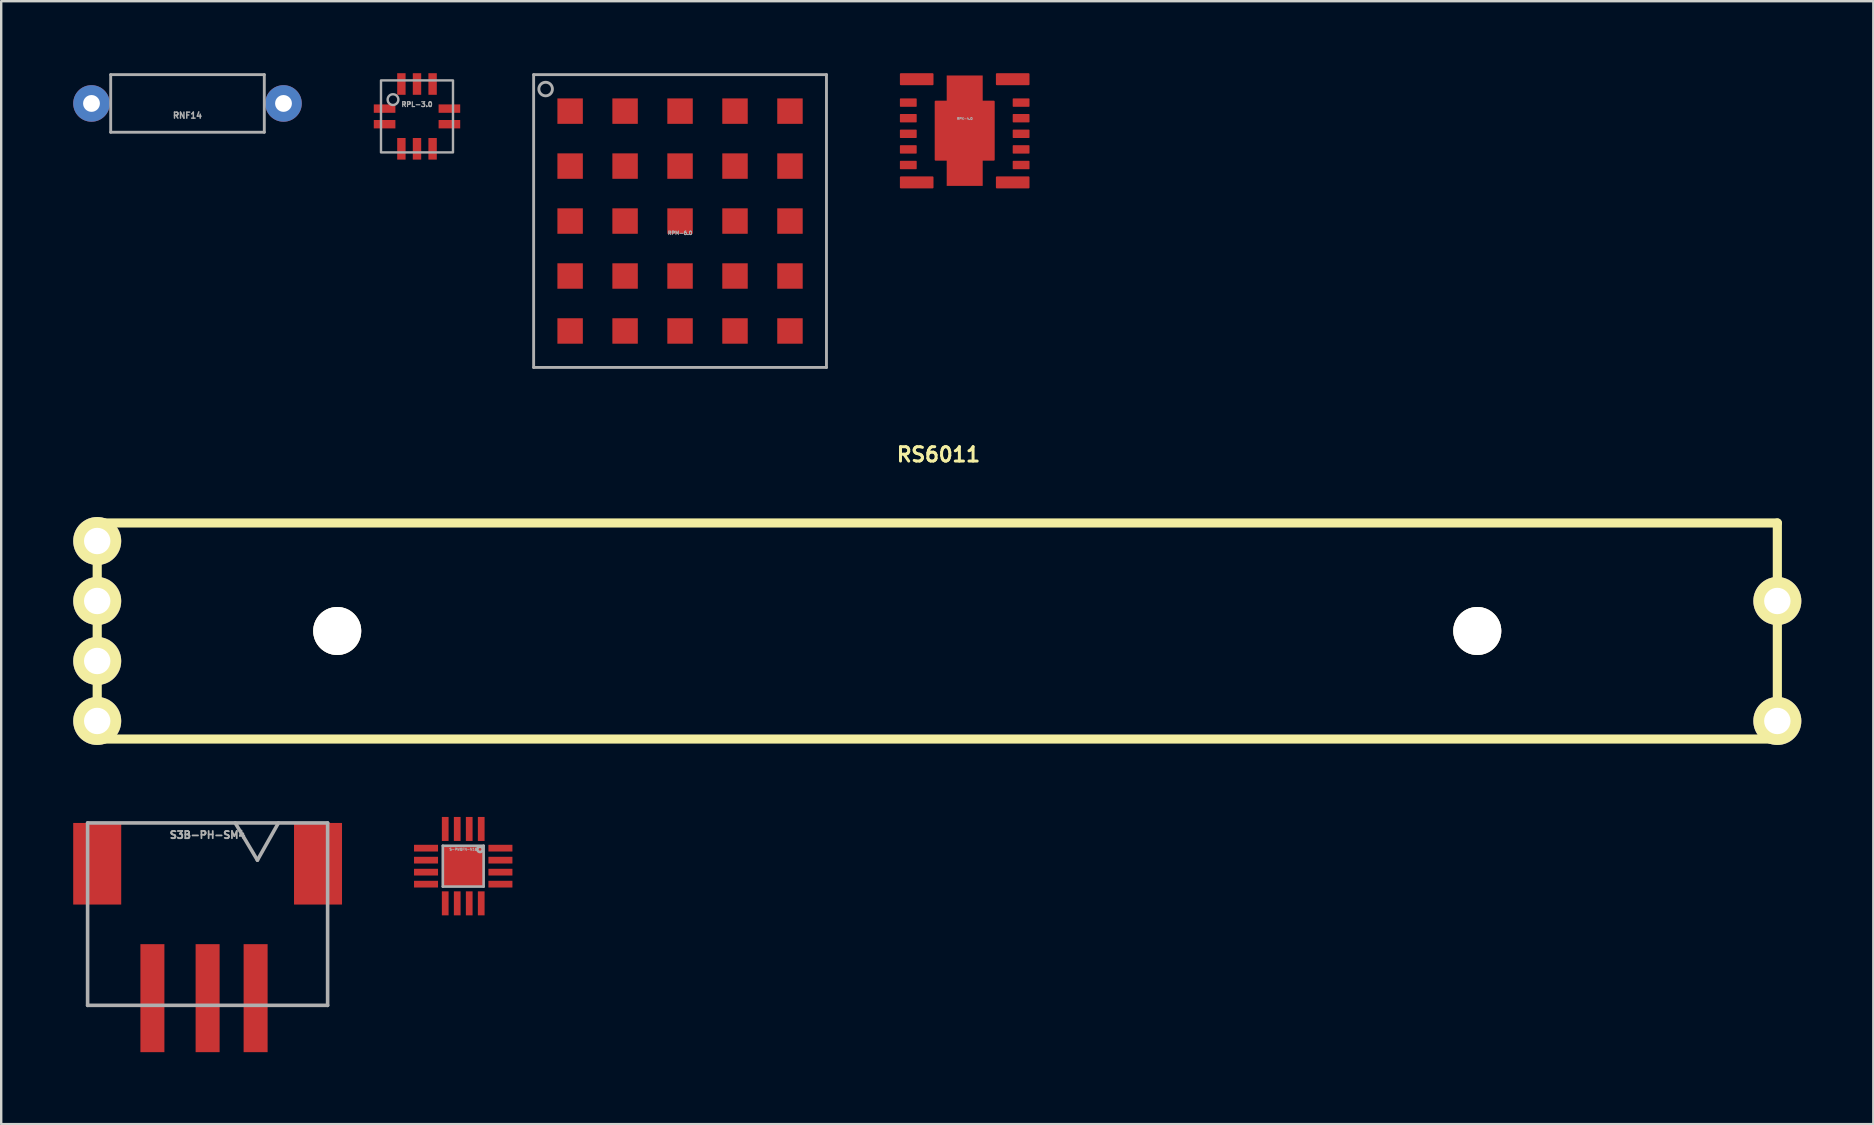
<source format=kicad_pcb>
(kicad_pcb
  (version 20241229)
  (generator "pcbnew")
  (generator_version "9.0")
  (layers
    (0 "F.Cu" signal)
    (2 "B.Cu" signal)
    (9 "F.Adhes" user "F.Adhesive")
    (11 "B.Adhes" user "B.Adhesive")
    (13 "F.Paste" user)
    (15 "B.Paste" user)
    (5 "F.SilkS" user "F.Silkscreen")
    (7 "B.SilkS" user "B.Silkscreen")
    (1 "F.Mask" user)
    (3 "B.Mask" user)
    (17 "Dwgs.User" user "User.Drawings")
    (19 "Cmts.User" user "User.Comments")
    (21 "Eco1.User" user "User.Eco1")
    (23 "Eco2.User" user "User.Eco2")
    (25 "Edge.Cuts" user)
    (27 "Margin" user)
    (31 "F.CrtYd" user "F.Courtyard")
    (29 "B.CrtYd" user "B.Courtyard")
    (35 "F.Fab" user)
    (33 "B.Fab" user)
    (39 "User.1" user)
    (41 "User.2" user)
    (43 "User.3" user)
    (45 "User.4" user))
  (footprint "RNF14"
    (layer "F.Cu")
    (at 4.762 1.26)
    (property "Reference" "RNF14" (at 0 0.5 0) (layer "F.Fab") (effects (font (size 0.25 0.25) (thickness 0.062))))
    (attr through_hole)
    (fp_line (start -3.2 -1.2) (end -3.2 1.2) (stroke (width 0.12) (type solid)) (layer "F.Fab"))
    (fp_line (start -3.2 1.2) (end 3.2 1.2) (stroke (width 0.12) (type solid)) (layer "F.Fab"))
    (fp_line (start 3.2 -1.2) (end -3.2 -1.2) (stroke (width 0.12) (type solid)) (layer "F.Fab"))
    (fp_line (start 3.2 1.2) (end 3.2 -1.2) (stroke (width 0.12) (type solid)) (layer "F.Fab"))
    (pad "1" thru_hole circle (at -4 0) (size 1.524 1.524) (drill 0.7) (layers "*.Cu" "*.Mask"))
    (pad "2" thru_hole circle (at 4 0) (size 1.524 1.524) (drill 0.7) (layers "*.Cu" "*.Mask")))
  (footprint "S3B-PH-SM4"
    (layer "F.Cu")
    (at 5.6 31.238)
    (property "Reference" "S3B-PH-SM4" (at 0 0.5 0) (layer "F.Fab") (effects (font (size 0.3 0.3) (thickness 0.075))))
    (attr through_hole)
    (fp_line (start -5 0) (end -5 7.6) (stroke (width 0.15) (type solid)) (layer "F.Fab"))
    (fp_line (start -5 7.6) (end 5 7.6) (stroke (width 0.15) (type solid)) (layer "F.Fab"))
    (fp_line (start 1.15 0) (end 2.075 1.55) (stroke (width 0.15) (type solid)) (layer "F.Fab"))
    (fp_line (start 2.075 1.55) (end 2.95 0) (stroke (width 0.15) (type solid)) (layer "F.Fab"))
    (fp_line (start 5 0) (end -5 0) (stroke (width 0.15) (type solid)) (layer "F.Fab"))
    (fp_line (start 5 7.6) (end 5 0) (stroke (width 0.15) (type solid)) (layer "F.Fab"))
    (pad "" smd rect (at -4.6 1.7) (size 2 3.4) (layers "F.Cu" "F.Mask" "F.Paste"))
    (pad "" smd rect (at 4.6 1.7) (size 2 3.4) (layers "F.Cu" "F.Mask" "F.Paste"))
    (pad "1" smd rect (at 2 7.3) (size 1 4.5) (layers "F.Cu" "F.Mask" "F.Paste"))
    (pad "2" smd rect (at 0 7.3) (size 1 4.5) (layers "F.Cu" "F.Mask" "F.Paste"))
    (pad "3" smd rect (at -2.3 7.3) (size 1 4.5) (layers "F.Cu" "F.Mask" "F.Paste")))
  (footprint "RPM-6.0"
    (layer "F.Cu")
    (at 25.284 6.16)
    (property "Reference" "RPM-6.0" (at 0 0.5 0) (layer "F.Fab") (effects (font (size 0.15 0.15) (thickness 0.037))))
    (attr through_hole)
    (fp_line (start -6.1 -6.1) (end 6.1 -6.1) (stroke (width 0.12) (type solid)) (layer "F.Fab"))
    (fp_line (start -6.1 6.1) (end -6.1 -6.1) (stroke (width 0.12) (type solid)) (layer "F.Fab"))
    (fp_line (start 6.1 -6.1) (end 6.1 6.1) (stroke (width 0.12) (type solid)) (layer "F.Fab"))
    (fp_line (start 6.1 6.1) (end -6.1 6.1) (stroke (width 0.12) (type solid)) (layer "F.Fab"))
    (fp_circle (center -5.6 -5.5) (end -5.4 -5.3) (stroke (width 0.12) (type solid)) (fill no) (layer "F.Fab"))
    (pad "A1" smd rect (at -4.58 -4.58) (size 1.06 1.06) (layers "F.Cu" "F.Mask" "F.Paste"))
    (pad "A2" smd rect (at -2.29 -4.58) (size 1.06 1.06) (layers "F.Cu" "F.Mask" "F.Paste"))
    (pad "A3" smd rect (at 0 -4.58) (size 1.06 1.06) (layers "F.Cu" "F.Mask" "F.Paste"))
    (pad "A4" smd rect (at 2.29 -4.58) (size 1.06 1.06) (layers "F.Cu" "F.Mask" "F.Paste"))
    (pad "A5" smd rect (at 4.58 -4.58) (size 1.06 1.06) (layers "F.Cu" "F.Mask" "F.Paste"))
    (pad "B1" smd rect (at -4.58 -2.29) (size 1.06 1.06) (layers "F.Cu" "F.Mask" "F.Paste"))
    (pad "B2" smd rect (at -2.29 -2.29) (size 1.06 1.06) (layers "F.Cu" "F.Mask" "F.Paste"))
    (pad "B3" smd rect (at 0 -2.29) (size 1.06 1.06) (layers "F.Cu" "F.Mask" "F.Paste"))
    (pad "B4" smd rect (at 2.29 -2.29) (size 1.06 1.06) (layers "F.Cu" "F.Mask" "F.Paste"))
    (pad "B5" smd rect (at 4.58 -2.29) (size 1.06 1.06) (layers "F.Cu" "F.Mask" "F.Paste"))
    (pad "C1" smd rect (at -4.58 0) (size 1.06 1.06) (layers "F.Cu" "F.Mask" "F.Paste"))
    (pad "C2" smd rect (at -2.29 0) (size 1.06 1.06) (layers "F.Cu" "F.Mask" "F.Paste"))
    (pad "C3" smd rect (at 0 0) (size 1.06 1.06) (layers "F.Cu" "F.Mask" "F.Paste"))
    (pad "C4" smd rect (at 2.29 0) (size 1.06 1.06) (layers "F.Cu" "F.Mask" "F.Paste"))
    (pad "C5" smd rect (at 4.58 0) (size 1.06 1.06) (layers "F.Cu" "F.Mask" "F.Paste"))
    (pad "D1" smd rect (at -4.58 2.29) (size 1.06 1.06) (layers "F.Cu" "F.Mask" "F.Paste"))
    (pad "D2" smd rect (at -2.29 2.29) (size 1.06 1.06) (layers "F.Cu" "F.Mask" "F.Paste"))
    (pad "D3" smd rect (at 0 2.29) (size 1.06 1.06) (layers "F.Cu" "F.Mask" "F.Paste"))
    (pad "D4" smd rect (at 2.29 2.29) (size 1.06 1.06) (layers "F.Cu" "F.Mask" "F.Paste"))
    (pad "D5" smd rect (at 4.58 2.29) (size 1.06 1.06) (layers "F.Cu" "F.Mask" "F.Paste"))
    (pad "E1" smd rect (at -4.58 4.58) (size 1.06 1.06) (layers "F.Cu" "F.Mask" "F.Paste"))
    (pad "E2" smd rect (at -2.29 4.58) (size 1.06 1.06) (layers "F.Cu" "F.Mask" "F.Paste"))
    (pad "E3" smd rect (at 0 4.58) (size 1.06 1.06) (layers "F.Cu" "F.Mask" "F.Paste"))
    (pad "E4" smd rect (at 2.29 4.58) (size 1.06 1.06) (layers "F.Cu" "F.Mask" "F.Paste"))
    (pad "E5" smd rect (at 4.58 4.58) (size 1.06 1.06) (layers "F.Cu" "F.Mask" "F.Paste")))
  (footprint "RPX-4.0"
    (layer "F.Cu")
    (at 37.144 2.395)
    (property "Reference" "RPX-4.0" (at 0 -0.5 0) (unlocked yes) (layer "F.Fab") (effects (font (size 0.1 0.1) (thickness 0.025))))
    (attr smd)
    (fp_rect (start -0.75 -2.3) (end 0.75 2.3) (stroke (width 0) (type solid)) (fill yes) (layer "F.Cu"))
    (pad "1" smd roundrect (at -2 -2.145) (size 1.4 0.5) (layers "F.Cu" "F.Mask" "F.Paste") (roundrect_rratio 0.08))
    (pad "2" smd roundrect (at -2.35 -1.17) (size 0.7 0.35) (layers "F.Cu" "F.Mask" "F.Paste") (roundrect_rratio 0.08))
    (pad "3" smd roundrect (at -2.35 -0.52) (size 0.7 0.35) (layers "F.Cu" "F.Mask" "F.Paste") (roundrect_rratio 0.08))
    (pad "4" smd roundrect (at -2.35 0.13) (size 0.7 0.35) (layers "F.Cu" "F.Mask" "F.Paste") (roundrect_rratio 0.08))
    (pad "5" smd roundrect (at -2.35 0.78) (size 0.7 0.35) (layers "F.Cu" "F.Mask" "F.Paste") (roundrect_rratio 0.08))
    (pad "6" smd roundrect (at -2.35 1.43) (size 0.7 0.35) (layers "F.Cu" "F.Mask" "F.Paste") (roundrect_rratio 0.08))
    (pad "7" smd roundrect (at -2 2.155) (size 1.4 0.5) (layers "F.Cu" "F.Mask" "F.Paste") (roundrect_rratio 0.08))
    (pad "8" smd roundrect (at 2 2.155) (size 1.4 0.5) (layers "F.Cu" "F.Mask" "F.Paste") (roundrect_rratio 0.08))
    (pad "9" smd roundrect (at 2.35 1.43) (size 0.7 0.35) (layers "F.Cu" "F.Mask" "F.Paste") (roundrect_rratio 0.08))
    (pad "10" smd roundrect (at 2.35 0.78) (size 0.7 0.35) (layers "F.Cu" "F.Mask" "F.Paste") (roundrect_rratio 0.08))
    (pad "11" smd roundrect (at 2.35 0.13) (size 0.7 0.35) (layers "F.Cu" "F.Mask" "F.Paste") (roundrect_rratio 0.08))
    (pad "12" smd roundrect (at 2.35 -0.52) (size 0.7 0.35) (layers "F.Cu" "F.Mask" "F.Paste") (roundrect_rratio 0.08))
    (pad "13" smd roundrect (at 2.35 -1.17) (size 0.7 0.35) (layers "F.Cu" "F.Mask" "F.Paste") (roundrect_rratio 0.08))
    (pad "14" smd roundrect (at 2 -2.145) (size 1.4 0.5) (layers "F.Cu" "F.Mask" "F.Paste") (roundrect_rratio 0.08))
    (pad "15" smd roundrect (at 0 0) (size 2.5 2.5) (layers "F.Cu" "F.Mask" "F.Paste") (roundrect_rratio 0.016)))
  (footprint "RS6011"
    (layer "F.Cu")
    (at 36.001 23.24)
    (property "Reference" "RS6011" (at 0.051 -7.351 0) (layer "F.SilkS") (effects (font (size 0.599 0.599) (thickness 0.124))))
    (attr through_hole)
    (fp_line (start -35.001 -4.501) (end 35.001 -4.501) (stroke (width 0.381) (type solid)) (layer "F.SilkS"))
    (fp_line (start -35.001 4.501) (end -35.001 -4.501) (stroke (width 0.381) (type solid)) (layer "F.SilkS"))
    (fp_line (start 35.001 -4.501) (end 35.001 4.501) (stroke (width 0.381) (type solid)) (layer "F.SilkS"))
    (fp_line (start 35.001 4.501) (end -35.001 4.501) (stroke (width 0.381) (type solid)) (layer "F.SilkS"))
    (pad "" thru_hole circle (at -35.001 1.25) (size 1.999 1.999) (drill 1.1) (layers "*.Cu" "*.Mask" "F.SilkS"))
    (pad "" thru_hole circle (at -35.001 3.749) (size 1.999 1.999) (drill 1.1) (layers "*.Cu" "*.Mask" "F.SilkS"))
    (pad "" thru_hole circle (at -25.001 0) (size 1.999 1.999) (drill 1.999) (layers "*.Cu" "*.Mask" "F.SilkS"))
    (pad "" thru_hole circle (at 22.499 0) (size 1.999 1.999) (drill 1.999) (layers "*.Cu" "*.Mask" "F.SilkS"))
    (pad "" thru_hole circle (at 35.001 3.749) (size 1.999 1.999) (drill 1.1) (layers "*.Cu" "*.Mask" "F.SilkS"))
    (pad "1" thru_hole circle (at -35.001 -1.25) (size 1.999 1.999) (drill 1.1) (layers "*.Cu" "*.Mask" "F.SilkS"))
    (pad "2" thru_hole circle (at -35.001 -3.749) (size 1.999 1.999) (drill 1.1) (layers "*.Cu" "*.Mask" "F.SilkS"))
    (pad "3" thru_hole circle (at 35.001 -1.25) (size 1.999 1.999) (drill 1.1) (layers "*.Cu" "*.Mask" "F.SilkS")))
  (footprint "RPL-3.0"
    (layer "F.Cu")
    (at 14.324 1.8)
    (property "Reference" "RPL-3.0" (at 0 -0.5 0) (unlocked yes) (layer "F.Fab") (effects (font (size 0.2 0.2) (thickness 0.05))))
    (attr smd)
    (fp_rect (start -1.5 -1.5) (end 1.5 1.5) (stroke (width 0.1) (type default)) (fill no) (layer "F.Fab"))
    (fp_circle (center -1 -0.7) (end -0.8 -0.6) (stroke (width 0.1) (type default)) (fill no) (layer "F.Fab"))
    (pad "1" smd rect (at -1.35 -0.325) (size 0.9 0.35) (layers "F.Cu" "F.Mask" "F.Paste"))
    (pad "2" smd rect (at -1.35 0.325) (size 0.9 0.35) (layers "F.Cu" "F.Mask" "F.Paste"))
    (pad "3" smd rect (at -0.65 1.35 90) (size 0.9 0.35) (layers "F.Cu" "F.Mask" "F.Paste"))
    (pad "4" smd rect (at 0 1.35 90) (size 0.9 0.35) (layers "F.Cu" "F.Mask" "F.Paste"))
    (pad "5" smd rect (at 0.65 1.35 90) (size 0.9 0.35) (layers "F.Cu" "F.Mask" "F.Paste"))
    (pad "6" smd rect (at 1.35 0.325 180) (size 0.9 0.35) (layers "F.Cu" "F.Mask" "F.Paste"))
    (pad "7" smd rect (at 1.35 -0.325 180) (size 0.9 0.35) (layers "F.Cu" "F.Mask" "F.Paste"))
    (pad "8" smd rect (at 0.65 -1.35 270) (size 0.9 0.35) (layers "F.Cu" "F.Mask" "F.Paste"))
    (pad "9" smd rect (at 0 -1.35 270) (size 0.9 0.35) (layers "F.Cu" "F.Mask" "F.Paste"))
    (pad "10" smd rect (at -0.65 -1.35 270) (size 0.9 0.35) (layers "F.Cu" "F.Mask" "F.Paste")))
  (footprint "S-PWQFN-N16"
    (layer "F.Cu")
    (at 16.25 33.038)
    (property "Reference" "S-PWQFN-N16" (at 0 -0.7 0) (layer "F.Fab") (effects (font (size 0.1 0.1) (thickness 0.025))))
    (attr through_hole)
    (fp_poly (pts (xy -0.85 -0.85) (xy -0.85 -0.1) (xy -0.1 -0.1) (xy -0.1 -0.85)) (stroke (width 0.01) (type solid)) (fill yes) (layer "F.Paste"))
    (fp_poly (pts (xy -0.85 0.85) (xy -0.85 0.1) (xy -0.1 0.1) (xy -0.1 0.85)) (stroke (width 0.01) (type solid)) (fill yes) (layer "F.Paste"))
    (fp_poly (pts (xy 0.1 0.1) (xy 0.85 0.1) (xy 0.85 0.85) (xy 0.1 0.85)) (stroke (width 0.01) (type solid)) (fill yes) (layer "F.Paste"))
    (fp_poly (pts (xy 0.85 -0.85) (xy 0.85 -0.1) (xy 0.1 -0.1) (xy 0.1 -0.85)) (stroke (width 0.01) (type solid)) (fill yes) (layer "F.Paste"))
    (fp_line (start -0.85 -0.85) (end -0.85 0.85) (stroke (width 0.11) (type solid)) (layer "F.Fab"))
    (fp_line (start -0.85 0.85) (end 0.85 0.85) (stroke (width 0.11) (type solid)) (layer "F.Fab"))
    (fp_line (start 0.85 -0.85) (end -0.85 -0.85) (stroke (width 0.11) (type solid)) (layer "F.Fab"))
    (fp_line (start 0.85 0.85) (end 0.85 -0.85) (stroke (width 0.11) (type solid)) (layer "F.Fab"))
    (fp_circle (center 0.7 -0.7) (end 0.8 -0.75) (stroke (width 0.11) (type solid)) (fill no) (layer "F.Fab"))
    (pad "1" smd rect (at 0.75 -1.55 90) (size 1 0.28) (layers "F.Cu" "F.Mask" "F.Paste"))
    (pad "2" smd rect (at 0.25 -1.55 90) (size 1 0.28) (layers "F.Cu" "F.Mask" "F.Paste"))
    (pad "3" smd rect (at -0.25 -1.55 90) (size 1 0.28) (layers "F.Cu" "F.Mask" "F.Paste"))
    (pad "4" smd rect (at -0.75 -1.55 90) (size 1 0.28) (layers "F.Cu" "F.Mask" "F.Paste"))
    (pad "5" smd rect (at -1.55 -0.75) (size 1 0.28) (layers "F.Cu" "F.Mask" "F.Paste"))
    (pad "6" smd rect (at -1.55 -0.25) (size 1 0.28) (layers "F.Cu" "F.Mask" "F.Paste"))
    (pad "7" smd rect (at -1.55 0.25) (size 1 0.28) (layers "F.Cu" "F.Mask" "F.Paste"))
    (pad "8" smd rect (at -1.55 0.75) (size 1 0.28) (layers "F.Cu" "F.Mask" "F.Paste"))
    (pad "9" smd rect (at -0.75 1.55 90) (size 1 0.28) (layers "F.Cu" "F.Mask" "F.Paste"))
    (pad "10" smd rect (at -0.25 1.55 90) (size 1 0.28) (layers "F.Cu" "F.Mask" "F.Paste"))
    (pad "11" smd rect (at 0.25 1.55 90) (size 1 0.28) (layers "F.Cu" "F.Mask" "F.Paste"))
    (pad "12" smd rect (at 0.75 1.55 90) (size 1 0.28) (layers "F.Cu" "F.Mask" "F.Paste"))
    (pad "13" smd rect (at 1.55 0.75) (size 1 0.28) (layers "F.Cu" "F.Mask" "F.Paste"))
    (pad "14" smd rect (at 1.55 0.25) (size 1 0.28) (layers "F.Cu" "F.Mask" "F.Paste"))
    (pad "15" smd rect (at 1.55 -0.25) (size 1 0.28) (layers "F.Cu" "F.Mask" "F.Paste"))
    (pad "16" smd rect (at 1.55 -0.75) (size 1 0.28) (layers "F.Cu" "F.Mask" "F.Paste"))
    (pad "17" smd rect (at 0 0) (size 1.7 1.7) (layers "F.Cu" "F.Mask")))
  (gr_rect
    (start -3 -3)
    (end 75.001 43.788)
    (stroke (width 0.1) (type default))
    (fill no)
    (layer "Edge.Cuts")))
</source>
